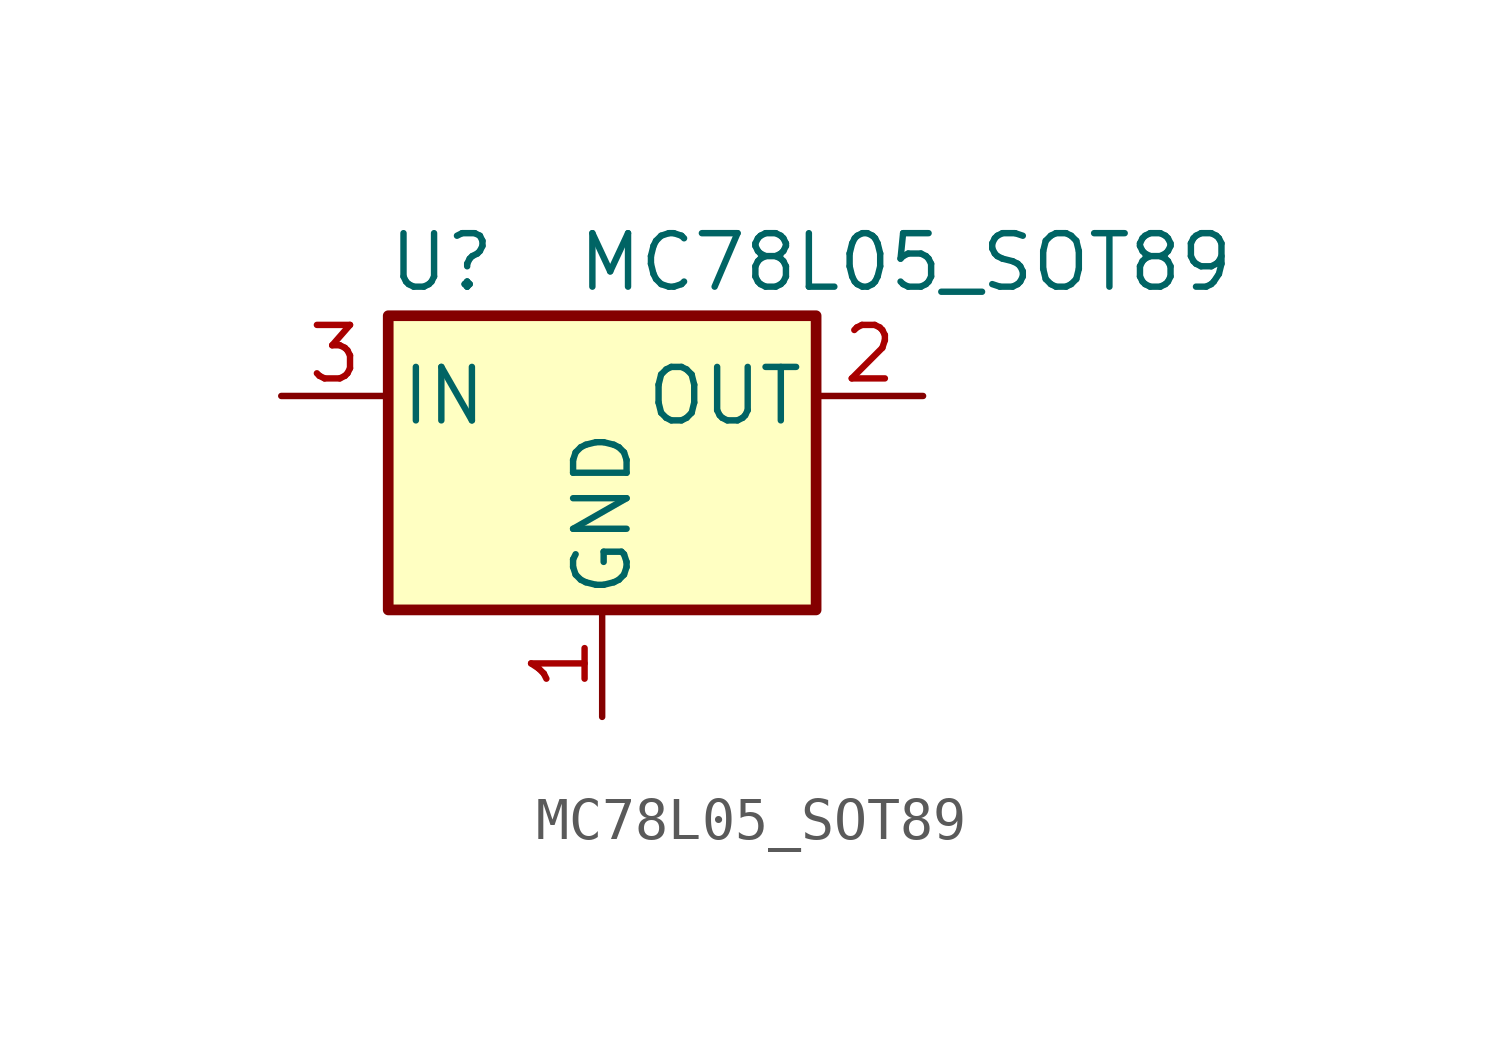
<source format=kicad_sym>
(kicad_symbol_lib
  (version 20241209)
  (generator "kicad_symbol_editor")
  (generator_version "9.0")
  (symbol "MC78L05_SOT89"
    (pin_names
      (offset 0.254))
    (property "Reference" "U"
      (at -3.81 3.175 0)
      (effects (font (size 1.27 1.27))))
    (property "Value" "MC78L05_SOT89"
      (at -0.635 3.175 0)
      (effects (font (size 1.27 1.27)) (justify left)))
    (symbol "MC78L05_SOT89_0_1"
      (rectangle (start -5.08 1.905) (end 5.08 -5.08) (stroke (width 0.254) (type default)) (fill (type background))))
    (symbol "MC78L05_SOT89_1_1"
      (pin power_in line (at -7.62 0 0) (length 2.54) (name "IN" (effects (font (size 1.27 1.27)))) (number "3" (effects (font (size 1.27 1.27)))))
      (pin power_in line (at 0 -7.62 90) (length 2.54) (name "GND" (effects (font (size 1.27 1.27)))) (number "1" (effects (font (size 1.27 1.27)))))
      (pin power_out line (at 7.62 0 180) (length 2.54) (name "OUT" (effects (font (size 1.27 1.27)))) (number "2" (effects (font (size 1.27 1.27))))))))
</source>
